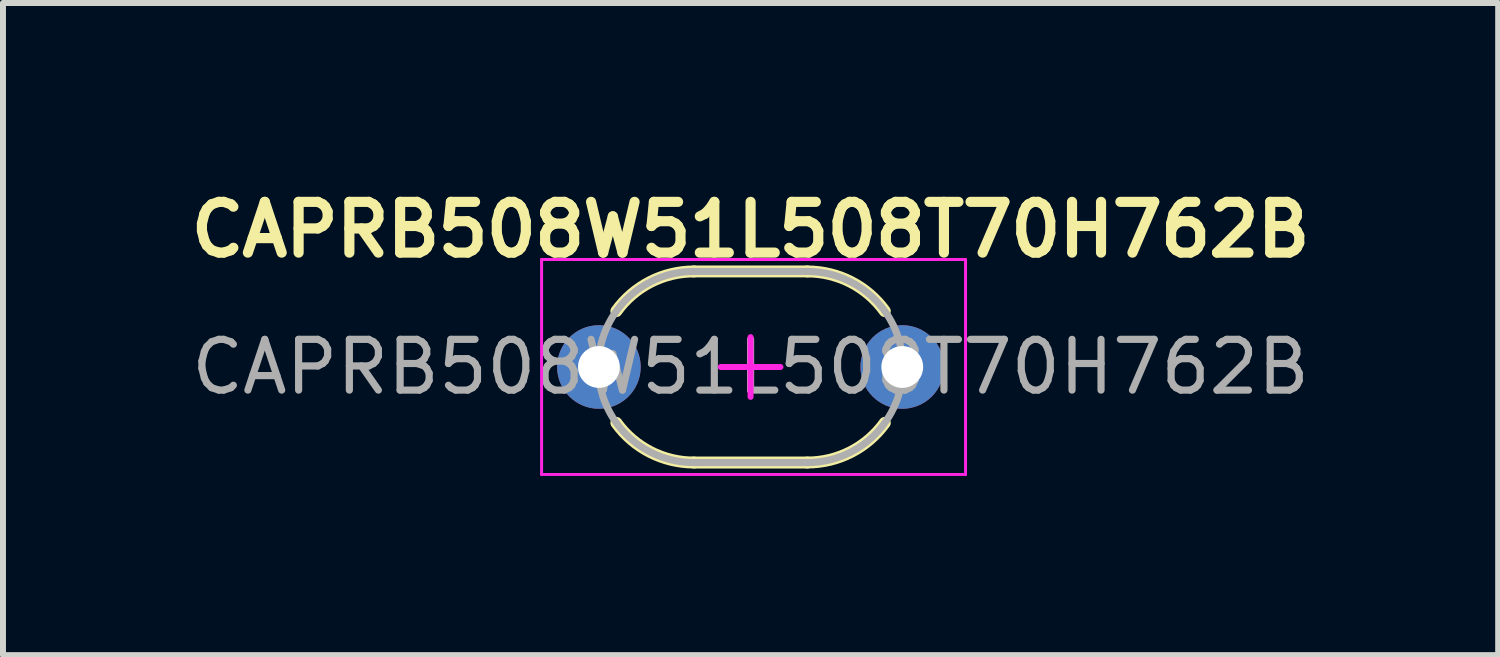
<source format=kicad_pcb>
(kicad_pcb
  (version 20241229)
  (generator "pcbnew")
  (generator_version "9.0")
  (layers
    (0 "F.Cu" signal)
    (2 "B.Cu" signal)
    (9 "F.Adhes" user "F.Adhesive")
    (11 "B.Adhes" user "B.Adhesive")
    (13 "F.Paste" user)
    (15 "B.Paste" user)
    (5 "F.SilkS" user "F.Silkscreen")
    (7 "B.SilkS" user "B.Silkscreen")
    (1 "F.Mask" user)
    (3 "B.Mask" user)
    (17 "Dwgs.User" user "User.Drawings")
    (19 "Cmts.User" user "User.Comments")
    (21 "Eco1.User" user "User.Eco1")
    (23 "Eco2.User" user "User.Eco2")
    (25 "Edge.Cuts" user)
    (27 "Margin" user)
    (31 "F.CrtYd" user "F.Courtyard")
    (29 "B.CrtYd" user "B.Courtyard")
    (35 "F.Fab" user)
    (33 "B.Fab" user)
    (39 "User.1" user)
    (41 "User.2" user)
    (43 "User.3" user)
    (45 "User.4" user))
  (footprint "CAPRB508W51L508T70H762B"
    (layer "F.Cu")
    (at 9.52 3.096)
    (property "Reference" "CAPRB508W51L508T70H762B" (at 0 -2.3 0) (layer "F.SilkS") (effects (font (size 0.85 0.85) (thickness 0.17))))
    (attr through_hole)
    (fp_line (start -0.95 -1.6) (end 0.95 -1.6) (stroke (width 0.2) (type solid)) (layer "F.SilkS"))
    (fp_line (start -0.95 1.6) (end 0.95 1.6) (stroke (width 0.2) (type solid)) (layer "F.SilkS"))
    (fp_arc (start -2.247702 -0.935932) (mid -1.678872 -1.42434) (end -0.95 -1.6) (stroke (width 0.2) (type solid)) (layer "F.SilkS"))
    (fp_arc (start -0.95 1.6) (mid -1.678872 1.42434) (end -2.247702 0.935932) (stroke (width 0.2) (type solid)) (layer "F.SilkS"))
    (fp_arc (start 0.95 -1.6) (mid 1.678872 -1.42434) (end 2.247702 -0.935932) (stroke (width 0.2) (type solid)) (layer "F.SilkS"))
    (fp_arc (start 2.247702 0.935932) (mid 1.678872 1.42434) (end 0.95 1.6) (stroke (width 0.2) (type solid)) (layer "F.SilkS"))
    (fp_line (start -3.5 -1.8) (end 3.6 -1.8) (stroke (width 0.05) (type solid)) (layer "F.CrtYd"))
    (fp_line (start -3.5 1.8) (end -3.5 -1.8) (stroke (width 0.05) (type solid)) (layer "F.CrtYd"))
    (fp_line (start -0.5 0) (end 0.5 0) (stroke (width 0.1) (type solid)) (layer "F.CrtYd"))
    (fp_line (start 0 -0.5) (end 0 0.5) (stroke (width 0.1) (type solid)) (layer "F.CrtYd"))
    (fp_line (start 3.6 -1.8) (end 3.6 1.8) (stroke (width 0.05) (type solid)) (layer "F.CrtYd"))
    (fp_line (start 3.6 1.8) (end -3.5 1.8) (stroke (width 0.05) (type solid)) (layer "F.CrtYd"))
    (fp_line (start -0.95 -1.6) (end 0.95 -1.6) (stroke (width 0.12) (type solid)) (layer "F.Fab"))
    (fp_line (start -0.95 1.6) (end 0.95 1.6) (stroke (width 0.12) (type solid)) (layer "F.Fab"))
    (fp_arc (start -0.95 1.6) (mid -2.55 0) (end -0.95 -1.6) (stroke (width 0.12) (type solid)) (layer "F.Fab"))
    (fp_arc (start 0.95 -1.6) (mid 2.55 0) (end 0.95 1.6) (stroke (width 0.12) (type solid)) (layer "F.Fab"))
    (fp_text user "${REFERENCE}" (at 0 0 0) (layer "F.Fab") (effects (font (size 0.85 0.85) (thickness 0.12))))
    (pad "1" thru_hole circle (at -2.54 0) (size 1.4 1.4) (drill 0.7) (layers "*.Cu" "*.Mask"))
    (pad "2" thru_hole circle (at 2.54 0) (size 1.4 1.4) (drill 0.7) (layers "*.Cu" "*.Mask")))
  (gr_rect
    (start -3 -3)
    (end 22.04 7.921)
    (stroke (width 0.1) (type default))
    (fill no)
    (layer "Edge.Cuts")))
</source>
